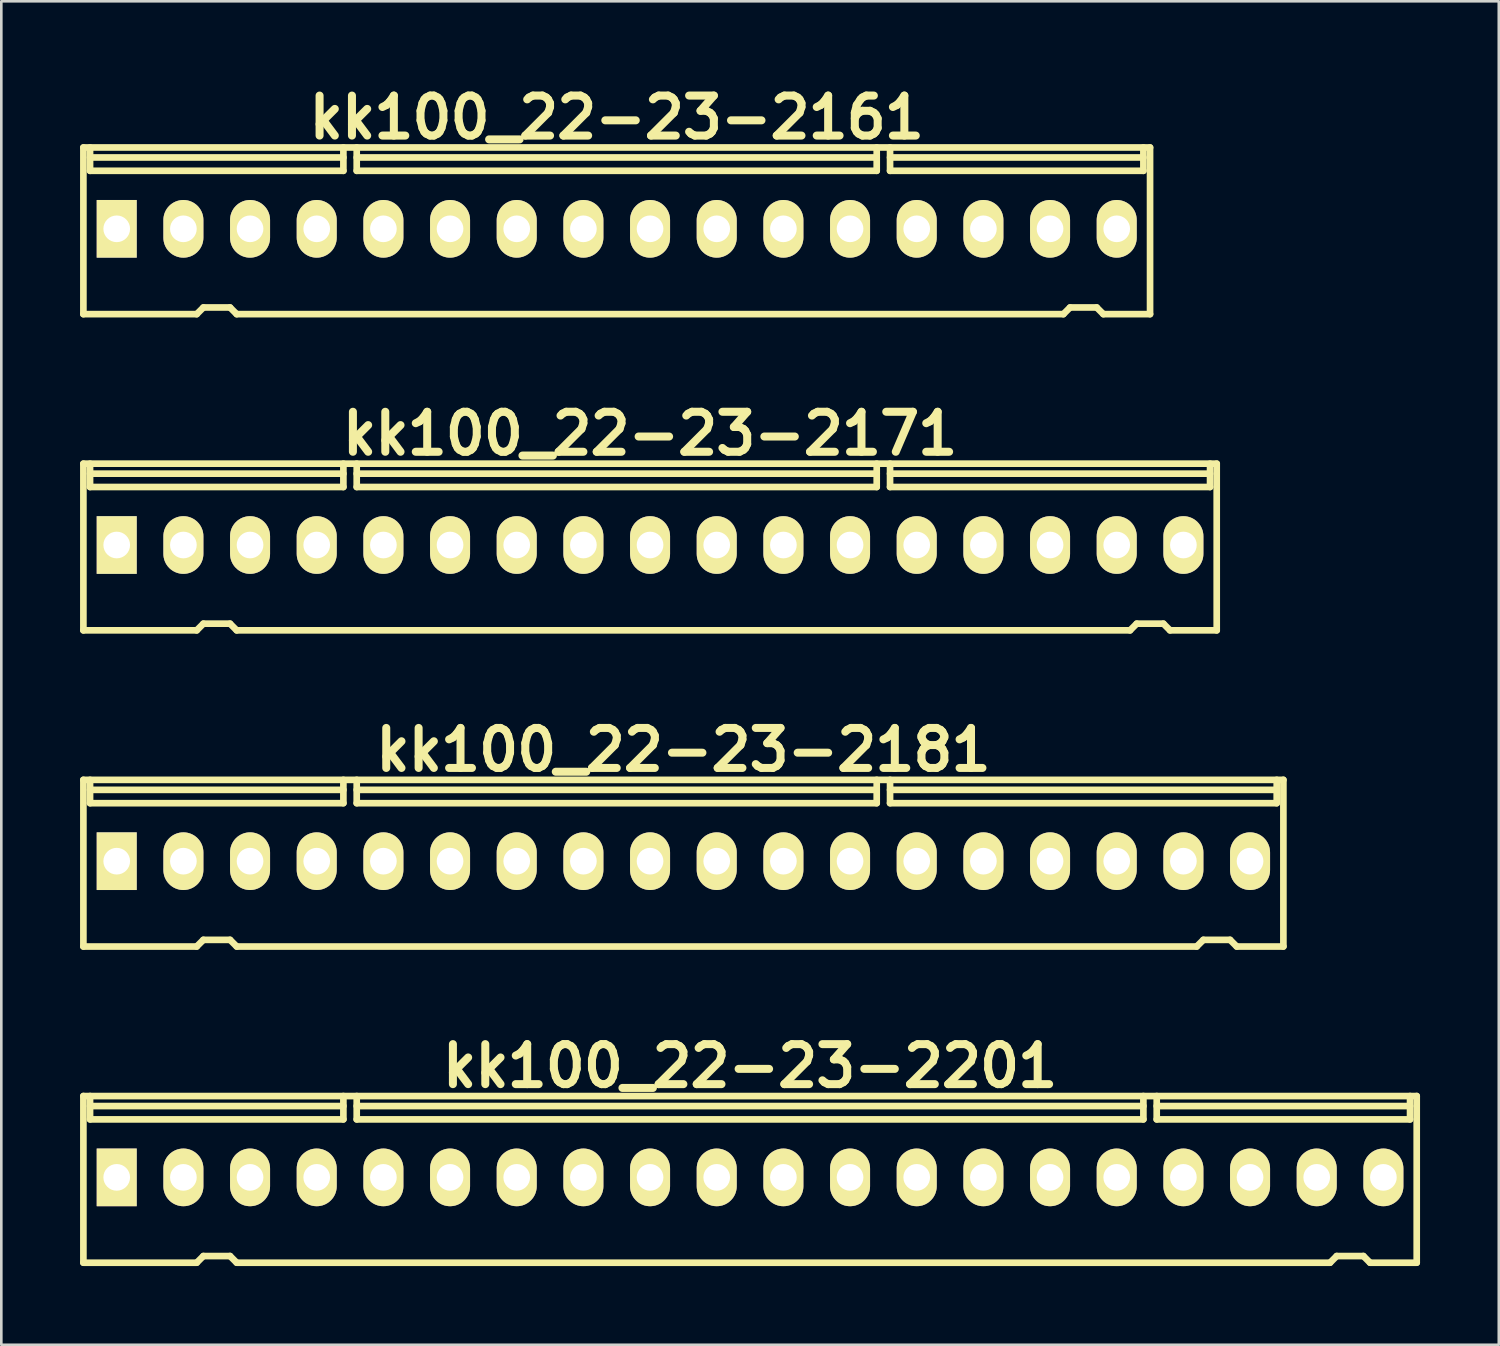
<source format=kicad_pcb>
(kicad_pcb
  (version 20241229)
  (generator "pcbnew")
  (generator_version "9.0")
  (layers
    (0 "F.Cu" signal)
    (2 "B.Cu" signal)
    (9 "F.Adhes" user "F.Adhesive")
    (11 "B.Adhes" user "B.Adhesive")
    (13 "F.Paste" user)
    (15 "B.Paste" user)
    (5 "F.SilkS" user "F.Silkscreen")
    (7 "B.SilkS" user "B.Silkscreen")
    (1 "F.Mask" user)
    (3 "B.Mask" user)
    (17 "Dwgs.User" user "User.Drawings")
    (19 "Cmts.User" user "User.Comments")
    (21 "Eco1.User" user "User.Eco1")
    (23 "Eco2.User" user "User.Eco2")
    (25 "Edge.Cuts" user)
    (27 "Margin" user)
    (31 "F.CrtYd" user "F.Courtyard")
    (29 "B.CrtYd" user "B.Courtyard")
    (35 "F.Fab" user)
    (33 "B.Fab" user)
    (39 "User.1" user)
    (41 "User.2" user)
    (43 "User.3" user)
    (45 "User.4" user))
  (footprint "kk100_22-23-2171"
    (layer "F.Cu")
    (at 21.717 17.791)
    (property "Reference" "kk100_22-23-2171" (at 0 -4.318 0) (layer "F.SilkS") (effects (font (size 1.524 1.524) (thickness 0.305))))
    (attr through_hole)
    (fp_line (start -21.59 3.175) (end -21.59 -3.175) (stroke (width 0.254) (type solid)) (layer "F.SilkS"))
    (fp_line (start -21.336 -2.286) (end -21.336 -3.175) (stroke (width 0.254) (type solid)) (layer "F.SilkS"))
    (fp_line (start -17.272 3.175) (end -21.59 3.175) (stroke (width 0.254) (type solid)) (layer "F.SilkS"))
    (fp_line (start -17.018 2.921) (end -17.272 3.175) (stroke (width 0.254) (type solid)) (layer "F.SilkS"))
    (fp_line (start -17.018 2.921) (end -16.002 2.921) (stroke (width 0.254) (type solid)) (layer "F.SilkS"))
    (fp_line (start -16.002 2.921) (end -15.748 3.175) (stroke (width 0.254) (type solid)) (layer "F.SilkS"))
    (fp_line (start -15.748 3.175) (end 18.288 3.175) (stroke (width 0.254) (type solid)) (layer "F.SilkS"))
    (fp_line (start -11.684 -2.794) (end -21.336 -2.794) (stroke (width 0.254) (type solid)) (layer "F.SilkS"))
    (fp_line (start -11.684 -2.286) (end -21.336 -2.286) (stroke (width 0.254) (type solid)) (layer "F.SilkS"))
    (fp_line (start -11.684 -2.286) (end -11.684 -3.175) (stroke (width 0.254) (type solid)) (layer "F.SilkS"))
    (fp_line (start -11.176 -2.794) (end 8.636 -2.794) (stroke (width 0.254) (type solid)) (layer "F.SilkS"))
    (fp_line (start -11.176 -2.286) (end -11.176 -3.175) (stroke (width 0.254) (type solid)) (layer "F.SilkS"))
    (fp_line (start 8.636 -2.286) (end -11.176 -2.286) (stroke (width 0.254) (type solid)) (layer "F.SilkS"))
    (fp_line (start 8.636 -2.286) (end 8.636 -3.175) (stroke (width 0.254) (type solid)) (layer "F.SilkS"))
    (fp_line (start 9.144 -2.794) (end 21.336 -2.794) (stroke (width 0.254) (type solid)) (layer "F.SilkS"))
    (fp_line (start 9.144 -2.286) (end 9.144 -3.175) (stroke (width 0.254) (type solid)) (layer "F.SilkS"))
    (fp_line (start 9.144 -2.286) (end 21.336 -2.286) (stroke (width 0.254) (type solid)) (layer "F.SilkS"))
    (fp_line (start 18.542 2.921) (end 18.288 3.175) (stroke (width 0.254) (type solid)) (layer "F.SilkS"))
    (fp_line (start 18.542 2.921) (end 19.558 2.921) (stroke (width 0.254) (type solid)) (layer "F.SilkS"))
    (fp_line (start 19.558 2.921) (end 19.812 3.175) (stroke (width 0.254) (type solid)) (layer "F.SilkS"))
    (fp_line (start 19.812 3.175) (end 21.59 3.175) (stroke (width 0.254) (type solid)) (layer "F.SilkS"))
    (fp_line (start 21.336 -2.286) (end 21.336 -3.175) (stroke (width 0.254) (type solid)) (layer "F.SilkS"))
    (fp_line (start 21.59 -3.175) (end -21.59 -3.175) (stroke (width 0.254) (type solid)) (layer "F.SilkS"))
    (fp_line (start 21.59 -3.175) (end 21.59 3.175) (stroke (width 0.254) (type solid)) (layer "F.SilkS"))
    (pad "1" thru_hole rect (at -20.32 -0.076) (size 1.524 2.197) (drill 1.016) (layers "*.Cu" "*.Mask" "F.SilkS"))
    (pad "2" thru_hole oval (at -17.78 -0.076) (size 1.524 2.197) (drill 1.016) (layers "*.Cu" "*.Mask" "F.SilkS"))
    (pad "3" thru_hole oval (at -15.24 -0.076) (size 1.524 2.197) (drill 1.016) (layers "*.Cu" "*.Mask" "F.SilkS"))
    (pad "4" thru_hole oval (at -12.7 -0.076) (size 1.524 2.197) (drill 1.016) (layers "*.Cu" "*.Mask" "F.SilkS"))
    (pad "5" thru_hole oval (at -10.16 -0.076) (size 1.524 2.197) (drill 1.016) (layers "*.Cu" "*.Mask" "F.SilkS"))
    (pad "6" thru_hole oval (at -7.62 -0.076) (size 1.524 2.197) (drill 1.016) (layers "*.Cu" "*.Mask" "F.SilkS"))
    (pad "7" thru_hole oval (at -5.08 -0.076) (size 1.524 2.197) (drill 1.016) (layers "*.Cu" "*.Mask" "F.SilkS"))
    (pad "8" thru_hole oval (at -2.54 -0.076) (size 1.524 2.197) (drill 1.016) (layers "*.Cu" "*.Mask" "F.SilkS"))
    (pad "9" thru_hole oval (at 0 -0.076) (size 1.524 2.197) (drill 1.016) (layers "*.Cu" "*.Mask" "F.SilkS"))
    (pad "10" thru_hole oval (at 2.54 -0.076) (size 1.524 2.197) (drill 1.016) (layers "*.Cu" "*.Mask" "F.SilkS"))
    (pad "11" thru_hole oval (at 5.08 -0.076) (size 1.524 2.197) (drill 1.016) (layers "*.Cu" "*.Mask" "F.SilkS"))
    (pad "12" thru_hole oval (at 7.62 -0.076) (size 1.524 2.197) (drill 1.016) (layers "*.Cu" "*.Mask" "F.SilkS"))
    (pad "13" thru_hole oval (at 10.16 -0.076) (size 1.524 2.197) (drill 1.016) (layers "*.Cu" "*.Mask" "F.SilkS"))
    (pad "14" thru_hole oval (at 12.7 -0.076) (size 1.524 2.197) (drill 1.016) (layers "*.Cu" "*.Mask" "F.SilkS"))
    (pad "15" thru_hole oval (at 15.24 -0.076) (size 1.524 2.197) (drill 1.016) (layers "*.Cu" "*.Mask" "F.SilkS"))
    (pad "16" thru_hole oval (at 17.78 -0.076) (size 1.524 2.197) (drill 1.016) (layers "*.Cu" "*.Mask" "F.SilkS"))
    (pad "17" thru_hole oval (at 20.32 -0.076) (size 1.524 2.197) (drill 1.016) (layers "*.Cu" "*.Mask" "F.SilkS")))
  (footprint "kk100_22-23-2161"
    (layer "F.Cu")
    (at 20.447 5.744)
    (property "Reference" "kk100_22-23-2161" (at 0 -4.318 0) (layer "F.SilkS") (effects (font (size 1.524 1.524) (thickness 0.305))))
    (attr through_hole)
    (fp_line (start -20.32 3.175) (end -20.32 -3.175) (stroke (width 0.254) (type solid)) (layer "F.SilkS"))
    (fp_line (start -20.066 -2.286) (end -20.066 -3.175) (stroke (width 0.254) (type solid)) (layer "F.SilkS"))
    (fp_line (start -16.002 3.175) (end -20.32 3.175) (stroke (width 0.254) (type solid)) (layer "F.SilkS"))
    (fp_line (start -15.748 2.921) (end -16.002 3.175) (stroke (width 0.254) (type solid)) (layer "F.SilkS"))
    (fp_line (start -15.748 2.921) (end -14.732 2.921) (stroke (width 0.254) (type solid)) (layer "F.SilkS"))
    (fp_line (start -14.732 2.921) (end -14.478 3.175) (stroke (width 0.254) (type solid)) (layer "F.SilkS"))
    (fp_line (start -14.478 3.175) (end 17.018 3.175) (stroke (width 0.254) (type solid)) (layer "F.SilkS"))
    (fp_line (start -10.414 -2.794) (end -20.066 -2.794) (stroke (width 0.254) (type solid)) (layer "F.SilkS"))
    (fp_line (start -10.414 -2.286) (end -20.066 -2.286) (stroke (width 0.254) (type solid)) (layer "F.SilkS"))
    (fp_line (start -10.414 -2.286) (end -10.414 -3.175) (stroke (width 0.254) (type solid)) (layer "F.SilkS"))
    (fp_line (start -9.906 -2.794) (end 9.906 -2.794) (stroke (width 0.254) (type solid)) (layer "F.SilkS"))
    (fp_line (start -9.906 -2.286) (end -9.906 -3.175) (stroke (width 0.254) (type solid)) (layer "F.SilkS"))
    (fp_line (start 9.906 -2.286) (end -9.906 -2.286) (stroke (width 0.254) (type solid)) (layer "F.SilkS"))
    (fp_line (start 9.906 -2.286) (end 9.906 -3.175) (stroke (width 0.254) (type solid)) (layer "F.SilkS"))
    (fp_line (start 10.414 -2.794) (end 20.066 -2.794) (stroke (width 0.254) (type solid)) (layer "F.SilkS"))
    (fp_line (start 10.414 -2.286) (end 10.414 -3.175) (stroke (width 0.254) (type solid)) (layer "F.SilkS"))
    (fp_line (start 10.414 -2.286) (end 20.066 -2.286) (stroke (width 0.254) (type solid)) (layer "F.SilkS"))
    (fp_line (start 17.272 2.921) (end 17.018 3.175) (stroke (width 0.254) (type solid)) (layer "F.SilkS"))
    (fp_line (start 17.272 2.921) (end 18.288 2.921) (stroke (width 0.254) (type solid)) (layer "F.SilkS"))
    (fp_line (start 18.288 2.921) (end 18.542 3.175) (stroke (width 0.254) (type solid)) (layer "F.SilkS"))
    (fp_line (start 18.542 3.175) (end 20.32 3.175) (stroke (width 0.254) (type solid)) (layer "F.SilkS"))
    (fp_line (start 20.066 -2.286) (end 20.066 -3.175) (stroke (width 0.254) (type solid)) (layer "F.SilkS"))
    (fp_line (start 20.32 -3.175) (end -20.32 -3.175) (stroke (width 0.254) (type solid)) (layer "F.SilkS"))
    (fp_line (start 20.32 -3.175) (end 20.32 3.175) (stroke (width 0.254) (type solid)) (layer "F.SilkS"))
    (pad "1" thru_hole rect (at -19.05 -0.076) (size 1.524 2.197) (drill 1.016) (layers "*.Cu" "*.Mask" "F.SilkS"))
    (pad "2" thru_hole oval (at -16.51 -0.076) (size 1.524 2.197) (drill 1.016) (layers "*.Cu" "*.Mask" "F.SilkS"))
    (pad "3" thru_hole oval (at -13.97 -0.076) (size 1.524 2.197) (drill 1.016) (layers "*.Cu" "*.Mask" "F.SilkS"))
    (pad "4" thru_hole oval (at -11.43 -0.076) (size 1.524 2.197) (drill 1.016) (layers "*.Cu" "*.Mask" "F.SilkS"))
    (pad "5" thru_hole oval (at -8.89 -0.076) (size 1.524 2.197) (drill 1.016) (layers "*.Cu" "*.Mask" "F.SilkS"))
    (pad "6" thru_hole oval (at -6.35 -0.076) (size 1.524 2.197) (drill 1.016) (layers "*.Cu" "*.Mask" "F.SilkS"))
    (pad "7" thru_hole oval (at -3.81 -0.076) (size 1.524 2.197) (drill 1.016) (layers "*.Cu" "*.Mask" "F.SilkS"))
    (pad "8" thru_hole oval (at -1.27 -0.076) (size 1.524 2.197) (drill 1.016) (layers "*.Cu" "*.Mask" "F.SilkS"))
    (pad "9" thru_hole oval (at 1.27 -0.076) (size 1.524 2.197) (drill 1.016) (layers "*.Cu" "*.Mask" "F.SilkS"))
    (pad "10" thru_hole oval (at 3.81 -0.076) (size 1.524 2.197) (drill 1.016) (layers "*.Cu" "*.Mask" "F.SilkS"))
    (pad "11" thru_hole oval (at 6.35 -0.076) (size 1.524 2.197) (drill 1.016) (layers "*.Cu" "*.Mask" "F.SilkS"))
    (pad "12" thru_hole oval (at 8.89 -0.076) (size 1.524 2.197) (drill 1.016) (layers "*.Cu" "*.Mask" "F.SilkS"))
    (pad "13" thru_hole oval (at 11.43 -0.076) (size 1.524 2.197) (drill 1.016) (layers "*.Cu" "*.Mask" "F.SilkS"))
    (pad "14" thru_hole oval (at 13.97 -0.076) (size 1.524 2.197) (drill 1.016) (layers "*.Cu" "*.Mask" "F.SilkS"))
    (pad "15" thru_hole oval (at 16.51 -0.076) (size 1.524 2.197) (drill 1.016) (layers "*.Cu" "*.Mask" "F.SilkS"))
    (pad "16" thru_hole oval (at 19.05 -0.076) (size 1.524 2.197) (drill 1.016) (layers "*.Cu" "*.Mask" "F.SilkS")))
  (footprint "kk100_22-23-2201"
    (layer "F.Cu")
    (at 25.527 41.884)
    (property "Reference" "kk100_22-23-2201" (at 0 -4.318 0) (layer "F.SilkS") (effects (font (size 1.524 1.524) (thickness 0.305))))
    (attr through_hole)
    (fp_line (start -25.4 3.175) (end -25.4 -3.175) (stroke (width 0.254) (type solid)) (layer "F.SilkS"))
    (fp_line (start -25.146 -2.286) (end -25.146 -3.175) (stroke (width 0.254) (type solid)) (layer "F.SilkS"))
    (fp_line (start -21.082 3.175) (end -25.4 3.175) (stroke (width 0.254) (type solid)) (layer "F.SilkS"))
    (fp_line (start -20.828 2.921) (end -21.082 3.175) (stroke (width 0.254) (type solid)) (layer "F.SilkS"))
    (fp_line (start -20.828 2.921) (end -19.812 2.921) (stroke (width 0.254) (type solid)) (layer "F.SilkS"))
    (fp_line (start -19.812 2.921) (end -19.558 3.175) (stroke (width 0.254) (type solid)) (layer "F.SilkS"))
    (fp_line (start -19.558 3.175) (end 22.098 3.175) (stroke (width 0.254) (type solid)) (layer "F.SilkS"))
    (fp_line (start -15.494 -2.794) (end -25.146 -2.794) (stroke (width 0.254) (type solid)) (layer "F.SilkS"))
    (fp_line (start -15.494 -2.286) (end -25.146 -2.286) (stroke (width 0.254) (type solid)) (layer "F.SilkS"))
    (fp_line (start -15.494 -2.286) (end -15.494 -3.175) (stroke (width 0.254) (type solid)) (layer "F.SilkS"))
    (fp_line (start -14.986 -2.286) (end -14.986 -3.175) (stroke (width 0.254) (type solid)) (layer "F.SilkS"))
    (fp_line (start -14.986 -2.286) (end 14.986 -2.286) (stroke (width 0.254) (type solid)) (layer "F.SilkS"))
    (fp_line (start 14.986 -2.794) (end -14.986 -2.794) (stroke (width 0.254) (type solid)) (layer "F.SilkS"))
    (fp_line (start 14.986 -2.286) (end 14.986 -3.175) (stroke (width 0.254) (type solid)) (layer "F.SilkS"))
    (fp_line (start 15.494 -2.794) (end 25.146 -2.794) (stroke (width 0.254) (type solid)) (layer "F.SilkS"))
    (fp_line (start 15.494 -2.286) (end 15.494 -3.175) (stroke (width 0.254) (type solid)) (layer "F.SilkS"))
    (fp_line (start 15.494 -2.286) (end 25.146 -2.286) (stroke (width 0.254) (type solid)) (layer "F.SilkS"))
    (fp_line (start 22.352 2.921) (end 22.098 3.175) (stroke (width 0.254) (type solid)) (layer "F.SilkS"))
    (fp_line (start 22.352 2.921) (end 23.368 2.921) (stroke (width 0.254) (type solid)) (layer "F.SilkS"))
    (fp_line (start 23.368 2.921) (end 23.622 3.175) (stroke (width 0.254) (type solid)) (layer "F.SilkS"))
    (fp_line (start 23.622 3.175) (end 25.4 3.175) (stroke (width 0.254) (type solid)) (layer "F.SilkS"))
    (fp_line (start 25.146 -2.286) (end 25.146 -3.175) (stroke (width 0.254) (type solid)) (layer "F.SilkS"))
    (fp_line (start 25.4 -3.175) (end -25.4 -3.175) (stroke (width 0.254) (type solid)) (layer "F.SilkS"))
    (fp_line (start 25.4 -3.175) (end 25.4 3.175) (stroke (width 0.254) (type solid)) (layer "F.SilkS"))
    (pad "1" thru_hole rect (at -24.13 -0.076) (size 1.524 2.197) (drill 1.016) (layers "*.Cu" "*.Mask" "F.SilkS"))
    (pad "2" thru_hole oval (at -21.59 -0.076) (size 1.524 2.197) (drill 1.016) (layers "*.Cu" "*.Mask" "F.SilkS"))
    (pad "3" thru_hole oval (at -19.05 -0.076) (size 1.524 2.197) (drill 1.016) (layers "*.Cu" "*.Mask" "F.SilkS"))
    (pad "4" thru_hole oval (at -16.51 -0.076) (size 1.524 2.197) (drill 1.016) (layers "*.Cu" "*.Mask" "F.SilkS"))
    (pad "5" thru_hole oval (at -13.97 -0.076) (size 1.524 2.197) (drill 1.016) (layers "*.Cu" "*.Mask" "F.SilkS"))
    (pad "6" thru_hole oval (at -11.43 -0.076) (size 1.524 2.197) (drill 1.016) (layers "*.Cu" "*.Mask" "F.SilkS"))
    (pad "7" thru_hole oval (at -8.89 -0.076) (size 1.524 2.197) (drill 1.016) (layers "*.Cu" "*.Mask" "F.SilkS"))
    (pad "8" thru_hole oval (at -6.35 -0.076) (size 1.524 2.197) (drill 1.016) (layers "*.Cu" "*.Mask" "F.SilkS"))
    (pad "9" thru_hole oval (at -3.81 -0.076) (size 1.524 2.197) (drill 1.016) (layers "*.Cu" "*.Mask" "F.SilkS"))
    (pad "10" thru_hole oval (at -1.27 -0.076) (size 1.524 2.197) (drill 1.016) (layers "*.Cu" "*.Mask" "F.SilkS"))
    (pad "11" thru_hole oval (at 1.27 -0.076) (size 1.524 2.197) (drill 1.016) (layers "*.Cu" "*.Mask" "F.SilkS"))
    (pad "12" thru_hole oval (at 3.81 -0.076) (size 1.524 2.197) (drill 1.016) (layers "*.Cu" "*.Mask" "F.SilkS"))
    (pad "13" thru_hole oval (at 6.35 -0.076) (size 1.524 2.197) (drill 1.016) (layers "*.Cu" "*.Mask" "F.SilkS"))
    (pad "14" thru_hole oval (at 8.89 -0.076) (size 1.524 2.197) (drill 1.016) (layers "*.Cu" "*.Mask" "F.SilkS"))
    (pad "15" thru_hole oval (at 11.43 -0.076) (size 1.524 2.197) (drill 1.016) (layers "*.Cu" "*.Mask" "F.SilkS"))
    (pad "16" thru_hole oval (at 13.97 -0.076) (size 1.524 2.197) (drill 1.016) (layers "*.Cu" "*.Mask" "F.SilkS"))
    (pad "17" thru_hole oval (at 16.51 -0.076) (size 1.524 2.197) (drill 1.016) (layers "*.Cu" "*.Mask" "F.SilkS"))
    (pad "18" thru_hole oval (at 19.05 -0.076) (size 1.524 2.197) (drill 1.016) (layers "*.Cu" "*.Mask" "F.SilkS"))
    (pad "19" thru_hole oval (at 21.59 -0.076) (size 1.524 2.197) (drill 1.016) (layers "*.Cu" "*.Mask" "F.SilkS"))
    (pad "20" thru_hole oval (at 24.13 -0.076) (size 1.524 2.197) (drill 1.016) (layers "*.Cu" "*.Mask" "F.SilkS")))
  (footprint "kk100_22-23-2181"
    (layer "F.Cu")
    (at 22.987 29.837)
    (property "Reference" "kk100_22-23-2181" (at 0 -4.318 0) (layer "F.SilkS") (effects (font (size 1.524 1.524) (thickness 0.305))))
    (attr through_hole)
    (fp_line (start -22.86 3.175) (end -22.86 -3.175) (stroke (width 0.254) (type solid)) (layer "F.SilkS"))
    (fp_line (start -22.606 -2.286) (end -22.606 -3.175) (stroke (width 0.254) (type solid)) (layer "F.SilkS"))
    (fp_line (start -18.542 3.175) (end -22.86 3.175) (stroke (width 0.254) (type solid)) (layer "F.SilkS"))
    (fp_line (start -18.288 2.921) (end -18.542 3.175) (stroke (width 0.254) (type solid)) (layer "F.SilkS"))
    (fp_line (start -18.288 2.921) (end -17.272 2.921) (stroke (width 0.254) (type solid)) (layer "F.SilkS"))
    (fp_line (start -17.272 2.921) (end -17.018 3.175) (stroke (width 0.254) (type solid)) (layer "F.SilkS"))
    (fp_line (start -17.018 3.175) (end 19.558 3.175) (stroke (width 0.254) (type solid)) (layer "F.SilkS"))
    (fp_line (start -12.954 -2.794) (end -22.606 -2.794) (stroke (width 0.254) (type solid)) (layer "F.SilkS"))
    (fp_line (start -12.954 -2.286) (end -22.606 -2.286) (stroke (width 0.254) (type solid)) (layer "F.SilkS"))
    (fp_line (start -12.954 -2.286) (end -12.954 -3.175) (stroke (width 0.254) (type solid)) (layer "F.SilkS"))
    (fp_line (start -12.446 -2.794) (end 7.366 -2.794) (stroke (width 0.254) (type solid)) (layer "F.SilkS"))
    (fp_line (start -12.446 -2.286) (end -12.446 -3.175) (stroke (width 0.254) (type solid)) (layer "F.SilkS"))
    (fp_line (start 7.366 -2.286) (end -12.446 -2.286) (stroke (width 0.254) (type solid)) (layer "F.SilkS"))
    (fp_line (start 7.366 -2.286) (end 7.366 -3.175) (stroke (width 0.254) (type solid)) (layer "F.SilkS"))
    (fp_line (start 7.874 -2.286) (end 7.874 -3.175) (stroke (width 0.254) (type solid)) (layer "F.SilkS"))
    (fp_line (start 7.874 -2.286) (end 22.606 -2.286) (stroke (width 0.254) (type solid)) (layer "F.SilkS"))
    (fp_line (start 19.812 2.921) (end 19.558 3.175) (stroke (width 0.254) (type solid)) (layer "F.SilkS"))
    (fp_line (start 19.812 2.921) (end 20.828 2.921) (stroke (width 0.254) (type solid)) (layer "F.SilkS"))
    (fp_line (start 20.828 2.921) (end 21.082 3.175) (stroke (width 0.254) (type solid)) (layer "F.SilkS"))
    (fp_line (start 21.082 3.175) (end 22.86 3.175) (stroke (width 0.254) (type solid)) (layer "F.SilkS"))
    (fp_line (start 22.606 -2.794) (end 7.874 -2.794) (stroke (width 0.254) (type solid)) (layer "F.SilkS"))
    (fp_line (start 22.606 -2.286) (end 22.606 -3.175) (stroke (width 0.254) (type solid)) (layer "F.SilkS"))
    (fp_line (start 22.86 -3.175) (end -22.86 -3.175) (stroke (width 0.254) (type solid)) (layer "F.SilkS"))
    (fp_line (start 22.86 -3.175) (end 22.86 3.175) (stroke (width 0.254) (type solid)) (layer "F.SilkS"))
    (pad "1" thru_hole rect (at -21.59 -0.076) (size 1.524 2.197) (drill 1.016) (layers "*.Cu" "*.Mask" "F.SilkS"))
    (pad "2" thru_hole oval (at -19.05 -0.076) (size 1.524 2.197) (drill 1.016) (layers "*.Cu" "*.Mask" "F.SilkS"))
    (pad "3" thru_hole oval (at -16.51 -0.076) (size 1.524 2.197) (drill 1.016) (layers "*.Cu" "*.Mask" "F.SilkS"))
    (pad "4" thru_hole oval (at -13.97 -0.076) (size 1.524 2.197) (drill 1.016) (layers "*.Cu" "*.Mask" "F.SilkS"))
    (pad "5" thru_hole oval (at -11.43 -0.076) (size 1.524 2.197) (drill 1.016) (layers "*.Cu" "*.Mask" "F.SilkS"))
    (pad "6" thru_hole oval (at -8.89 -0.076) (size 1.524 2.197) (drill 1.016) (layers "*.Cu" "*.Mask" "F.SilkS"))
    (pad "7" thru_hole oval (at -6.35 -0.076) (size 1.524 2.197) (drill 1.016) (layers "*.Cu" "*.Mask" "F.SilkS"))
    (pad "8" thru_hole oval (at -3.81 -0.076) (size 1.524 2.197) (drill 1.016) (layers "*.Cu" "*.Mask" "F.SilkS"))
    (pad "9" thru_hole oval (at -1.27 -0.076) (size 1.524 2.197) (drill 1.016) (layers "*.Cu" "*.Mask" "F.SilkS"))
    (pad "10" thru_hole oval (at 1.27 -0.076) (size 1.524 2.197) (drill 1.016) (layers "*.Cu" "*.Mask" "F.SilkS"))
    (pad "11" thru_hole oval (at 3.81 -0.076) (size 1.524 2.197) (drill 1.016) (layers "*.Cu" "*.Mask" "F.SilkS"))
    (pad "12" thru_hole oval (at 6.35 -0.076) (size 1.524 2.197) (drill 1.016) (layers "*.Cu" "*.Mask" "F.SilkS"))
    (pad "13" thru_hole oval (at 8.89 -0.076) (size 1.524 2.197) (drill 1.016) (layers "*.Cu" "*.Mask" "F.SilkS"))
    (pad "14" thru_hole oval (at 11.43 -0.076) (size 1.524 2.197) (drill 1.016) (layers "*.Cu" "*.Mask" "F.SilkS"))
    (pad "15" thru_hole oval (at 13.97 -0.076) (size 1.524 2.197) (drill 1.016) (layers "*.Cu" "*.Mask" "F.SilkS"))
    (pad "16" thru_hole oval (at 16.51 -0.076) (size 1.524 2.197) (drill 1.016) (layers "*.Cu" "*.Mask" "F.SilkS"))
    (pad "17" thru_hole oval (at 19.05 -0.076) (size 1.524 2.197) (drill 1.016) (layers "*.Cu" "*.Mask" "F.SilkS"))
    (pad "18" thru_hole oval (at 21.59 -0.076) (size 1.524 2.197) (drill 1.016) (layers "*.Cu" "*.Mask" "F.SilkS")))
  (gr_rect
    (start -3 -3)
    (end 54.054 48.186)
    (stroke (width 0.1) (type default))
    (fill no)
    (layer "Edge.Cuts")))
</source>
